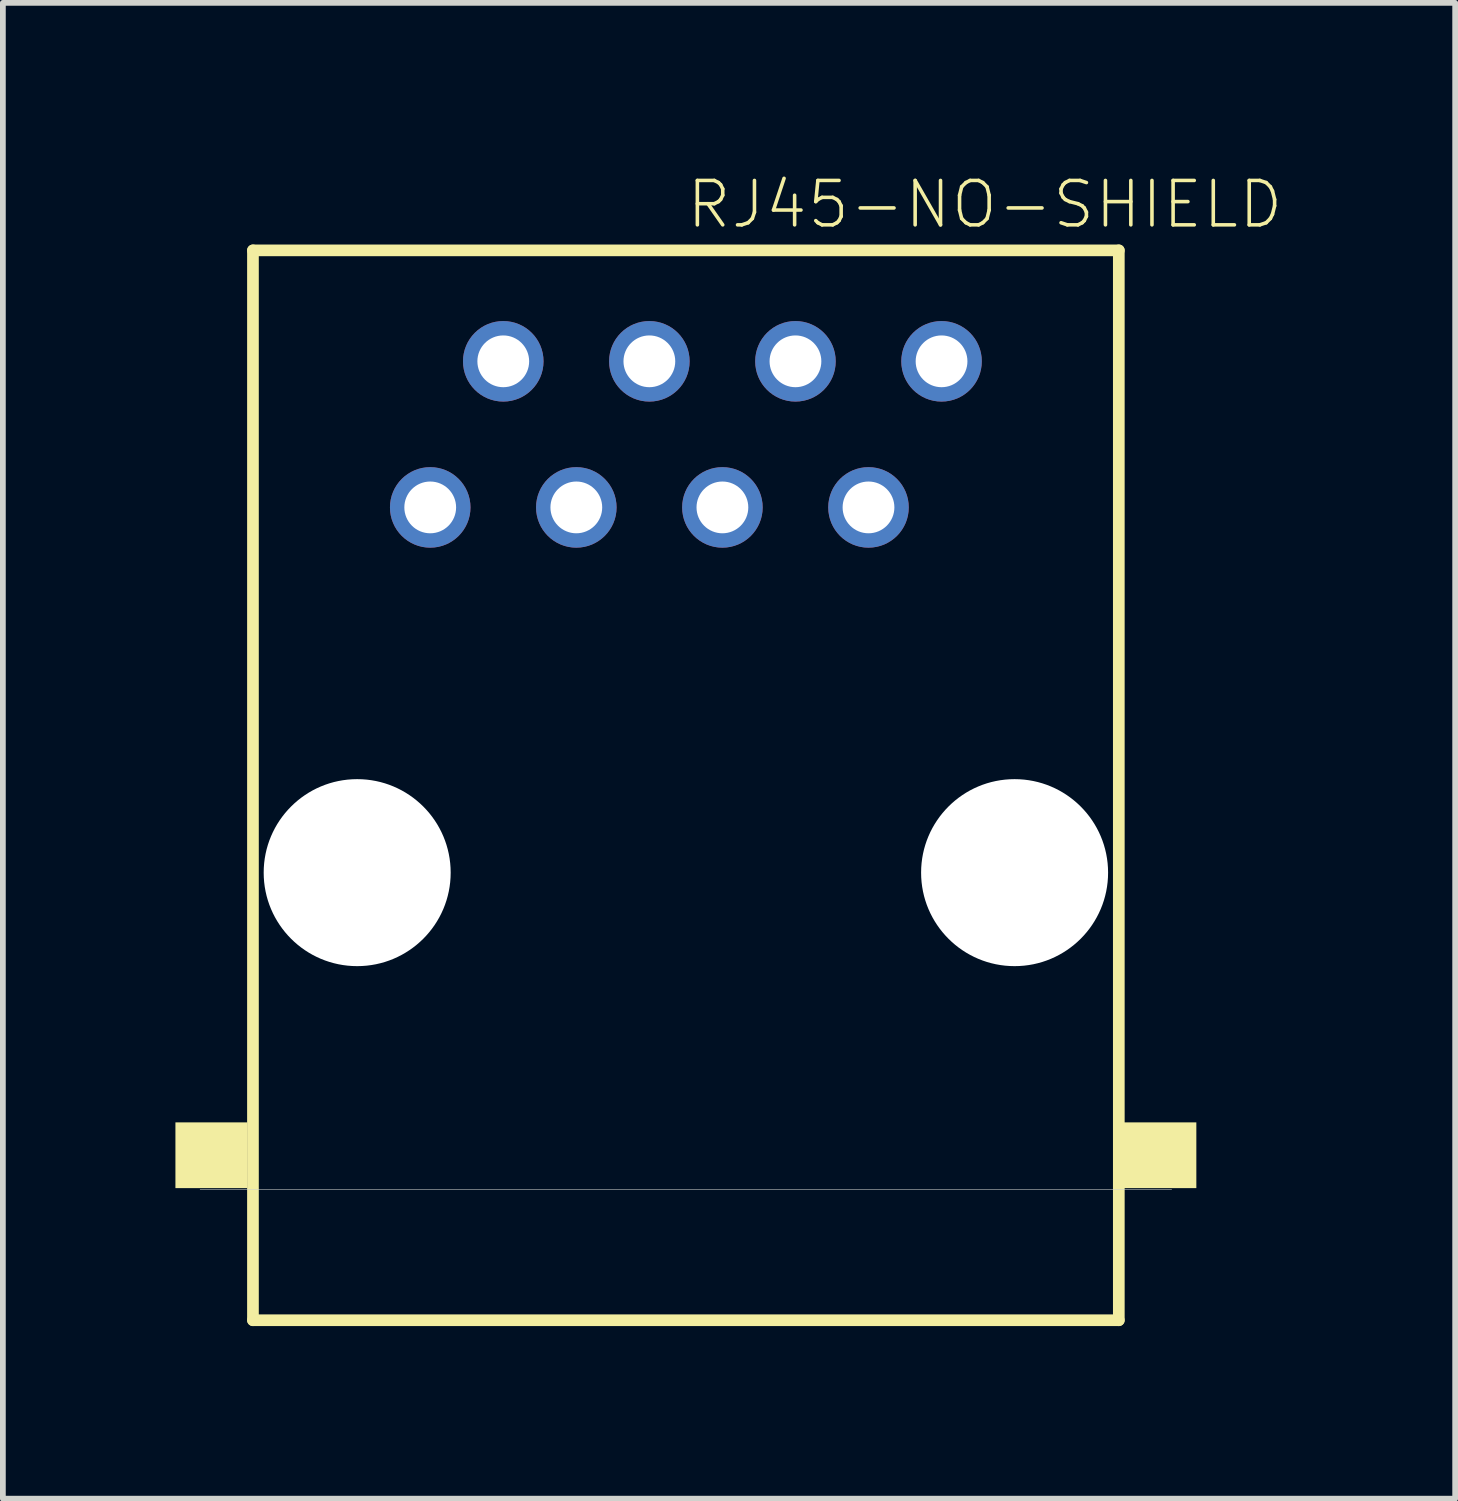
<source format=kicad_pcb>
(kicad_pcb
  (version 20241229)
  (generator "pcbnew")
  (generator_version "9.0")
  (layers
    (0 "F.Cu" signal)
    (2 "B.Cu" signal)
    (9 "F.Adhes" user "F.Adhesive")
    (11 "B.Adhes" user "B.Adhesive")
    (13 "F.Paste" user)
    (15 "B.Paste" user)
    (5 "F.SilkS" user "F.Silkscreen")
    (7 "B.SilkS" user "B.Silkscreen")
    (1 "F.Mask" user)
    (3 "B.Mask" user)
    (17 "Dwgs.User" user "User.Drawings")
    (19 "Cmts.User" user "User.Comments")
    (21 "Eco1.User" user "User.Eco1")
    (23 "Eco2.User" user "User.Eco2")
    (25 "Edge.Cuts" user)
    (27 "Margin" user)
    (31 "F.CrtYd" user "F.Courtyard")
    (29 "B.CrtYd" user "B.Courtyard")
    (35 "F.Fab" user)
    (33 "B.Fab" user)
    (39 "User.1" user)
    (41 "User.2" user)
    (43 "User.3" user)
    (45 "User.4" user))
  (footprint "RJ45-NO-SHIELD"
    (layer "F.Cu")
    (at 8.875 12.122)
    (property "Reference" "RJ45-NO-SHIELD" (at -0.025 -11.165 0) (layer "F.SilkS") (effects (font (size 0.772 0.772) (thickness 0.062)) (justify left bottom)))
    (attr through_hole)
    (fp_line (start -7.527 -10.819) (end 7.527 -10.819) (stroke (width 0.203) (type solid)) (layer "F.SilkS"))
    (fp_line (start -7.527 7.782) (end -7.527 -10.819) (stroke (width 0.203) (type solid)) (layer "F.SilkS"))
    (fp_line (start 7.527 -10.819) (end 7.527 7.782) (stroke (width 0.203) (type solid)) (layer "F.SilkS"))
    (fp_line (start 7.527 7.782) (end -7.527 7.782) (stroke (width 0.203) (type solid)) (layer "F.SilkS"))
    (fp_poly (pts (xy -8.875 5.485) (xy -7.625 5.485) (xy -7.625 4.342) (xy -8.875 4.342)) (stroke (width 0) (type solid)) (fill yes) (layer "F.SilkS"))
    (fp_poly (pts (xy 7.6 5.485) (xy 8.875 5.485) (xy 8.875 4.342) (xy 7.6 4.342)) (stroke (width 0) (type solid)) (fill yes) (layer "F.SilkS"))
    (fp_line (start 8.445 5.512) (end -8.445 5.512) (stroke (width 0.01) (type solid)) (layer "Edge.Cuts"))
    (pad "" np_thru_hole circle (at -5.715 0) (size 3.251 3.251) (drill 3.251) (layers "*.Cu" "*.Mask"))
    (pad "" np_thru_hole circle (at 5.715 0) (size 3.251 3.251) (drill 3.251) (layers "*.Cu" "*.Mask"))
    (pad "1" thru_hole circle (at -4.445 -6.35) (size 1.4 1.4) (drill 0.9) (layers "*.Cu" "*.Mask"))
    (pad "2" thru_hole circle (at -3.175 -8.89) (size 1.4 1.4) (drill 0.9) (layers "*.Cu" "*.Mask"))
    (pad "3" thru_hole circle (at -1.905 -6.35) (size 1.4 1.4) (drill 0.9) (layers "*.Cu" "*.Mask"))
    (pad "4" thru_hole circle (at -0.635 -8.89) (size 1.4 1.4) (drill 0.9) (layers "*.Cu" "*.Mask"))
    (pad "5" thru_hole circle (at 0.635 -6.35) (size 1.4 1.4) (drill 0.9) (layers "*.Cu" "*.Mask"))
    (pad "6" thru_hole circle (at 1.905 -8.89) (size 1.4 1.4) (drill 0.9) (layers "*.Cu" "*.Mask"))
    (pad "7" thru_hole circle (at 3.175 -6.35) (size 1.4 1.4) (drill 0.9) (layers "*.Cu" "*.Mask"))
    (pad "8" thru_hole circle (at 4.445 -8.89) (size 1.4 1.4) (drill 0.9) (layers "*.Cu" "*.Mask")))
  (gr_rect
    (start -3 -3)
    (end 22.25 23.006)
    (stroke (width 0.1) (type default))
    (fill no)
    (layer "Edge.Cuts")))
</source>
